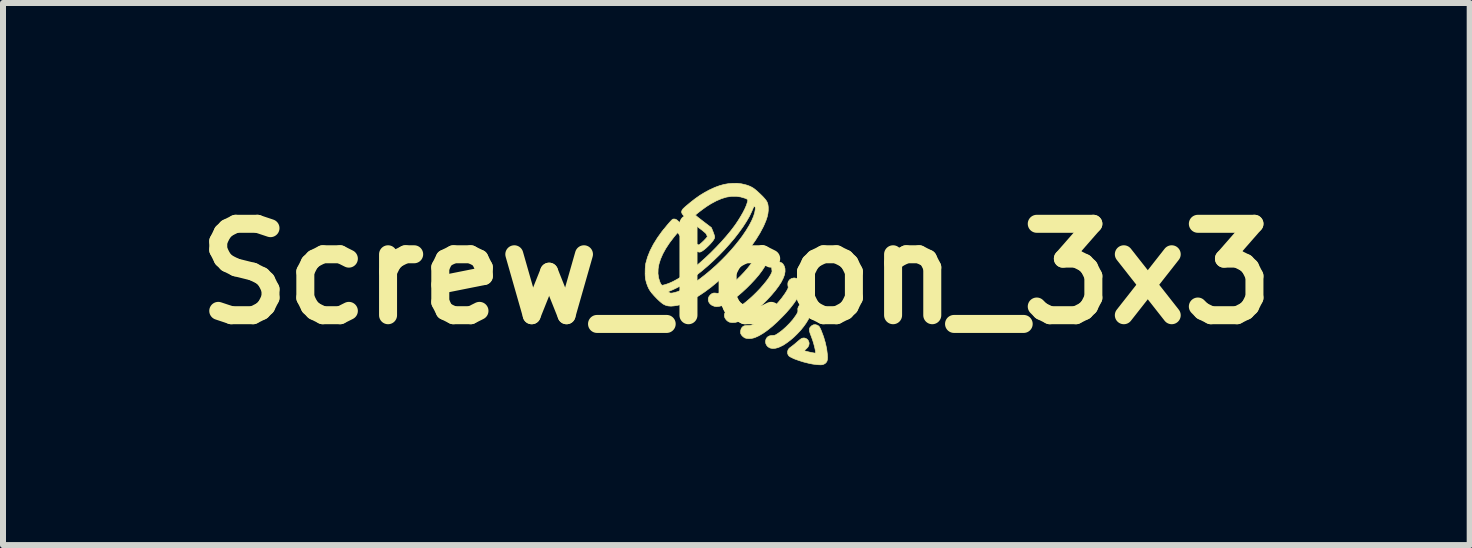
<source format=kicad_pcb>
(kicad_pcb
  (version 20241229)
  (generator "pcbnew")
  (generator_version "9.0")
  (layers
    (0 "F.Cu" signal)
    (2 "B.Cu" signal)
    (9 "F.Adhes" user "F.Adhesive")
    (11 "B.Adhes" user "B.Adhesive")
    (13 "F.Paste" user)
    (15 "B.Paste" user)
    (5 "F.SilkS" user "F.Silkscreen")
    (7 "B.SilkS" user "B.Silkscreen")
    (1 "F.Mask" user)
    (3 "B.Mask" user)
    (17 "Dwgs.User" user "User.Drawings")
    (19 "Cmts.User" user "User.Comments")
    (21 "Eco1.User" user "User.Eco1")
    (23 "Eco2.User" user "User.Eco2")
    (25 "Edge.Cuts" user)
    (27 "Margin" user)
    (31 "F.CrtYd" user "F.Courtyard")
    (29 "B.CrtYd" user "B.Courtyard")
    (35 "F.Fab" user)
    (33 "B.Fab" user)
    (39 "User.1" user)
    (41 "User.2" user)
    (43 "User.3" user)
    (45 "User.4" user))
  (footprint "Screw_Icon_3x3"
    (layer "F.Cu")
    (at 9.224 1.515)
    (property "Reference" "Screw_Icon_3x3" (at 0 0 0) (layer "F.SilkS") (effects (font (size 1.524 1.524) (thickness 0.3))))
    (attr through_hole)
    (fp_poly (pts (xy 1.156 0.493) (xy 1.187 0.506) (xy 1.213 0.529) (xy 1.231 0.558) (xy 1.241 0.595) (xy 1.242 0.635) (xy 1.238 0.66) (xy 1.223 0.71) (xy 1.197 0.764) (xy 1.162 0.821) (xy 1.12 0.88) (xy 1.072 0.939) (xy 1.019 0.996) (xy 0.963 1.051) (xy 0.905 1.101) (xy 0.846 1.146) (xy 0.788 1.185) (xy 0.731 1.214) (xy 0.692 1.23) (xy 0.647 1.241) (xy 0.604 1.244) (xy 0.567 1.237) (xy 0.555 1.233) (xy 0.524 1.213) (xy 0.502 1.186) (xy 0.489 1.155) (xy 0.486 1.122) (xy 0.494 1.089) (xy 0.509 1.064) (xy 0.529 1.045) (xy 0.555 1.033) (xy 0.589 1.027) (xy 0.602 1.027) (xy 0.623 1.025) (xy 0.639 1.023) (xy 0.654 1.017) (xy 0.672 1.007) (xy 0.696 0.991) (xy 0.699 0.989) (xy 0.763 0.942) (xy 0.826 0.886) (xy 0.887 0.825) (xy 0.943 0.761) (xy 0.99 0.696) (xy 1.006 0.671) (xy 1.018 0.649) (xy 1.024 0.633) (xy 1.026 0.617) (xy 1.025 0.604) (xy 1.024 0.58) (xy 1.031 0.558) (xy 1.036 0.546) (xy 1.055 0.518) (xy 1.078 0.501) (xy 1.108 0.492) (xy 1.12 0.49) (xy 1.156 0.493)) (stroke (width 0.01) (type solid)) (fill yes) (layer "F.SilkS"))
    (fp_poly (pts (xy 0.451 -0.467) (xy 0.479 -0.455) (xy 0.508 -0.432) (xy 0.529 -0.4) (xy 0.542 -0.361) (xy 0.544 -0.34) (xy 0.542 -0.294) (xy 0.53 -0.242) (xy 0.506 -0.184) (xy 0.473 -0.122) (xy 0.429 -0.055) (xy 0.376 0.016) (xy 0.313 0.09) (xy 0.241 0.167) (xy 0.17 0.238) (xy 0.092 0.31) (xy 0.018 0.373) (xy -0.053 0.427) (xy -0.119 0.47) (xy -0.181 0.505) (xy -0.237 0.529) (xy -0.289 0.542) (xy -0.334 0.546) (xy -0.368 0.54) (xy -0.407 0.524) (xy -0.437 0.501) (xy -0.457 0.473) (xy -0.468 0.443) (xy -0.468 0.411) (xy -0.457 0.38) (xy -0.436 0.352) (xy -0.407 0.329) (xy -0.376 0.319) (xy -0.341 0.321) (xy -0.334 0.322) (xy -0.32 0.325) (xy -0.308 0.325) (xy -0.294 0.321) (xy -0.274 0.312) (xy -0.264 0.306) (xy -0.216 0.278) (xy -0.163 0.241) (xy -0.106 0.196) (xy -0.047 0.146) (xy 0.013 0.09) (xy 0.073 0.032) (xy 0.13 -0.028) (xy 0.183 -0.088) (xy 0.23 -0.147) (xy 0.252 -0.177) (xy 0.272 -0.205) (xy 0.291 -0.234) (xy 0.306 -0.26) (xy 0.312 -0.271) (xy 0.322 -0.293) (xy 0.327 -0.307) (xy 0.328 -0.319) (xy 0.324 -0.332) (xy 0.324 -0.334) (xy 0.319 -0.367) (xy 0.324 -0.397) (xy 0.339 -0.424) (xy 0.361 -0.446) (xy 0.388 -0.462) (xy 0.419 -0.469) (xy 0.451 -0.467)) (stroke (width 0.01) (type solid)) (fill yes) (layer "F.SilkS"))
    (fp_poly (pts (xy 0.71 -0.201) (xy 0.735 -0.193) (xy 0.76 -0.181) (xy 0.777 -0.165) (xy 0.792 -0.141) (xy 0.798 -0.13) (xy 0.811 -0.087) (xy 0.812 -0.039) (xy 0.803 0.014) (xy 0.781 0.072) (xy 0.749 0.136) (xy 0.705 0.204) (xy 0.65 0.278) (xy 0.584 0.356) (xy 0.507 0.439) (xy 0.473 0.473) (xy 0.389 0.553) (xy 0.31 0.623) (xy 0.235 0.682) (xy 0.164 0.73) (xy 0.098 0.767) (xy 0.038 0.794) (xy -0.018 0.809) (xy -0.068 0.812) (xy -0.113 0.805) (xy -0.114 0.805) (xy -0.139 0.792) (xy -0.164 0.771) (xy -0.184 0.745) (xy -0.196 0.72) (xy -0.196 0.719) (xy -0.2 0.685) (xy -0.192 0.653) (xy -0.176 0.625) (xy -0.152 0.604) (xy -0.122 0.591) (xy -0.088 0.587) (xy -0.063 0.591) (xy -0.047 0.594) (xy -0.033 0.593) (xy -0.016 0.586) (xy -0.005 0.58) (xy 0.046 0.551) (xy 0.102 0.513) (xy 0.161 0.467) (xy 0.222 0.415) (xy 0.283 0.359) (xy 0.344 0.299) (xy 0.401 0.239) (xy 0.454 0.178) (xy 0.502 0.119) (xy 0.542 0.064) (xy 0.573 0.013) (xy 0.578 0.002) (xy 0.589 -0.02) (xy 0.594 -0.035) (xy 0.595 -0.049) (xy 0.592 -0.066) (xy 0.592 -0.066) (xy 0.589 -0.104) (xy 0.598 -0.138) (xy 0.617 -0.167) (xy 0.645 -0.188) (xy 0.65 -0.191) (xy 0.681 -0.201) (xy 0.71 -0.201)) (stroke (width 0.01) (type solid)) (fill yes) (layer "F.SilkS"))
    (fp_poly (pts (xy 1 0.074) (xy 1.03 0.089) (xy 1.054 0.115) (xy 1.074 0.153) (xy 1.083 0.197) (xy 1.08 0.247) (xy 1.066 0.301) (xy 1.041 0.361) (xy 1.004 0.426) (xy 0.956 0.496) (xy 0.897 0.572) (xy 0.827 0.652) (xy 0.762 0.72) (xy 0.678 0.803) (xy 0.597 0.876) (xy 0.52 0.938) (xy 0.448 0.989) (xy 0.381 1.029) (xy 0.318 1.058) (xy 0.293 1.067) (xy 0.253 1.076) (xy 0.211 1.079) (xy 0.173 1.076) (xy 0.143 1.068) (xy 0.12 1.053) (xy 0.098 1.034) (xy 0.081 1.012) (xy 0.072 0.993) (xy 0.07 0.969) (xy 0.073 0.942) (xy 0.08 0.917) (xy 0.087 0.903) (xy 0.104 0.883) (xy 0.121 0.871) (xy 0.142 0.864) (xy 0.17 0.861) (xy 0.189 0.86) (xy 0.217 0.86) (xy 0.237 0.858) (xy 0.254 0.853) (xy 0.271 0.845) (xy 0.283 0.839) (xy 0.338 0.804) (xy 0.398 0.761) (xy 0.461 0.71) (xy 0.525 0.653) (xy 0.588 0.592) (xy 0.65 0.528) (xy 0.707 0.464) (xy 0.759 0.401) (xy 0.803 0.34) (xy 0.814 0.324) (xy 0.837 0.287) (xy 0.853 0.259) (xy 0.862 0.238) (xy 0.865 0.222) (xy 0.863 0.213) (xy 0.859 0.191) (xy 0.858 0.165) (xy 0.862 0.14) (xy 0.866 0.128) (xy 0.888 0.098) (xy 0.918 0.078) (xy 0.954 0.069) (xy 0.965 0.068) (xy 1 0.074)) (stroke (width 0.01) (type solid)) (fill yes) (layer "F.SilkS"))
    (fp_poly (pts (xy 1.349 0.855) (xy 1.352 0.857) (xy 1.366 0.865) (xy 1.377 0.874) (xy 1.387 0.887) (xy 1.397 0.906) (xy 1.41 0.934) (xy 1.418 0.953) (xy 1.454 1.048) (xy 1.483 1.147) (xy 1.505 1.246) (xy 1.517 1.341) (xy 1.52 1.389) (xy 1.518 1.426) (xy 1.511 1.455) (xy 1.497 1.477) (xy 1.478 1.495) (xy 1.457 1.506) (xy 1.442 1.512) (xy 1.424 1.515) (xy 1.402 1.516) (xy 1.373 1.515) (xy 1.335 1.512) (xy 1.321 1.51) (xy 1.274 1.504) (xy 1.222 1.494) (xy 1.168 1.481) (xy 1.113 1.467) (xy 1.06 1.45) (xy 1.01 1.433) (xy 0.964 1.416) (xy 0.926 1.398) (xy 0.895 1.382) (xy 0.875 1.367) (xy 0.871 1.362) (xy 0.856 1.334) (xy 0.853 1.302) (xy 0.86 1.273) (xy 0.868 1.258) (xy 0.878 1.244) (xy 0.895 1.229) (xy 0.92 1.211) (xy 0.946 1.191) (xy 0.977 1.166) (xy 1.007 1.14) (xy 1.021 1.128) (xy 1.045 1.108) (xy 1.067 1.09) (xy 1.086 1.078) (xy 1.096 1.073) (xy 1.128 1.068) (xy 1.157 1.075) (xy 1.183 1.091) (xy 1.201 1.115) (xy 1.212 1.146) (xy 1.213 1.163) (xy 1.208 1.191) (xy 1.194 1.219) (xy 1.168 1.248) (xy 1.158 1.256) (xy 1.13 1.281) (xy 1.179 1.294) (xy 1.211 1.302) (xy 1.244 1.309) (xy 1.274 1.315) (xy 1.298 1.319) (xy 1.313 1.321) (xy 1.318 1.318) (xy 1.32 1.309) (xy 1.319 1.291) (xy 1.318 1.287) (xy 1.312 1.253) (xy 1.302 1.21) (xy 1.289 1.162) (xy 1.274 1.112) (xy 1.257 1.065) (xy 1.246 1.035) (xy 1.23 0.993) (xy 1.22 0.959) (xy 1.217 0.933) (xy 1.219 0.912) (xy 1.227 0.895) (xy 1.229 0.891) (xy 1.256 0.864) (xy 1.285 0.849) (xy 1.316 0.846) (xy 1.349 0.855)) (stroke (width 0.01) (type solid)) (fill yes) (layer "F.SilkS"))
    (fp_poly (pts (xy 0.086 -1.501) (xy 0.158 -1.484) (xy 0.175 -1.479) (xy 0.212 -1.466) (xy 0.245 -1.451) (xy 0.277 -1.433) (xy 0.308 -1.411) (xy 0.343 -1.382) (xy 0.382 -1.346) (xy 0.401 -1.328) (xy 0.44 -1.29) (xy 0.47 -1.257) (xy 0.493 -1.229) (xy 0.509 -1.204) (xy 0.52 -1.179) (xy 0.527 -1.152) (xy 0.531 -1.122) (xy 0.532 -1.106) (xy 0.532 -1.055) (xy 0.526 -1.003) (xy 0.514 -0.95) (xy 0.495 -0.892) (xy 0.468 -0.827) (xy 0.45 -0.787) (xy 0.392 -0.678) (xy 0.322 -0.565) (xy 0.241 -0.45) (xy 0.147 -0.332) (xy 0.041 -0.211) (xy -0.077 -0.088) (xy -0.089 -0.076) (xy -0.201 0.032) (xy -0.312 0.131) (xy -0.421 0.221) (xy -0.529 0.301) (xy -0.633 0.37) (xy -0.734 0.429) (xy -0.831 0.476) (xy -0.879 0.496) (xy -0.932 0.513) (xy -0.986 0.526) (xy -1.04 0.534) (xy -1.089 0.538) (xy -1.132 0.535) (xy -1.153 0.531) (xy -1.179 0.523) (xy -1.202 0.513) (xy -1.226 0.499) (xy -1.252 0.479) (xy -1.282 0.453) (xy -1.318 0.419) (xy -1.323 0.414) (xy -1.369 0.366) (xy -1.406 0.324) (xy -1.426 0.298) (xy -1.13 0.298) (xy -1.13 0.302) (xy -1.126 0.306) (xy -1.113 0.315) (xy -1.105 0.319) (xy -1.087 0.321) (xy -1.06 0.318) (xy -1.025 0.31) (xy -0.984 0.298) (xy -0.981 0.297) (xy -0.914 0.271) (xy -0.841 0.235) (xy -0.763 0.19) (xy -0.681 0.136) (xy -0.597 0.075) (xy -0.511 0.008) (xy -0.424 -0.065) (xy -0.337 -0.142) (xy -0.252 -0.224) (xy -0.169 -0.308) (xy -0.089 -0.395) (xy -0.014 -0.483) (xy 0.057 -0.572) (xy 0.102 -0.633) (xy 0.163 -0.723) (xy 0.214 -0.807) (xy 0.255 -0.885) (xy 0.286 -0.957) (xy 0.306 -1.022) (xy 0.315 -1.073) (xy 0.317 -1.095) (xy 0.315 -1.109) (xy 0.309 -1.119) (xy 0.307 -1.12) (xy 0.303 -1.125) (xy 0.3 -1.128) (xy 0.297 -1.127) (xy 0.292 -1.122) (xy 0.287 -1.11) (xy 0.278 -1.091) (xy 0.266 -1.062) (xy 0.257 -1.041) (xy 0.218 -0.959) (xy 0.168 -0.873) (xy 0.109 -0.782) (xy 0.042 -0.689) (xy -0.032 -0.593) (xy -0.113 -0.498) (xy -0.199 -0.402) (xy -0.29 -0.308) (xy -0.384 -0.217) (xy -0.481 -0.129) (xy -0.579 -0.046) (xy -0.677 0.032) (xy -0.775 0.103) (xy -0.857 0.157) (xy -0.923 0.196) (xy -0.991 0.232) (xy -1.058 0.264) (xy -1.087 0.276) (xy -1.111 0.286) (xy -1.125 0.293) (xy -1.13 0.298) (xy -1.426 0.298) (xy -1.436 0.285) (xy -1.46 0.245) (xy -1.479 0.203) (xy -1.496 0.156) (xy -1.506 0.12) (xy -1.512 0.096) (xy -1.516 0.074) (xy -1.518 0.049) (xy -1.52 0.019) (xy -1.52 -0.005) (xy -1.306 -0.005) (xy -1.296 0.067) (xy -1.274 0.136) (xy -1.274 0.137) (xy -1.26 0.166) (xy -1.247 0.184) (xy -1.237 0.19) (xy -1.236 0.191) (xy -1.227 0.189) (xy -1.209 0.185) (xy -1.186 0.179) (xy -1.182 0.178) (xy -1.124 0.158) (xy -1.059 0.129) (xy -0.988 0.091) (xy -0.912 0.045) (xy -0.832 -0.009) (xy -0.749 -0.069) (xy -0.694 -0.112) (xy -0.608 -0.184) (xy -0.518 -0.265) (xy -0.427 -0.351) (xy -0.337 -0.442) (xy -0.25 -0.534) (xy -0.169 -0.626) (xy -0.096 -0.714) (xy -0.065 -0.754) (xy -0.015 -0.821) (xy 0.031 -0.89) (xy 0.073 -0.958) (xy 0.111 -1.024) (xy 0.142 -1.085) (xy 0.166 -1.14) (xy 0.174 -1.164) (xy 0.184 -1.195) (xy 0.19 -1.217) (xy 0.189 -1.232) (xy 0.182 -1.242) (xy 0.168 -1.251) (xy 0.147 -1.26) (xy 0.073 -1.282) (xy -0.003 -1.293) (xy -0.081 -1.292) (xy -0.162 -1.28) (xy -0.245 -1.255) (xy -0.332 -1.218) (xy -0.422 -1.17) (xy -0.479 -1.134) (xy -0.505 -1.117) (xy -0.534 -1.096) (xy -0.565 -1.074) (xy -0.595 -1.051) (xy -0.624 -1.029) (xy -0.649 -1.009) (xy -0.668 -0.993) (xy -0.679 -0.983) (xy -0.681 -0.98) (xy -0.677 -0.975) (xy -0.664 -0.963) (xy -0.644 -0.946) (xy -0.617 -0.925) (xy -0.585 -0.9) (xy -0.55 -0.873) (xy -0.416 -0.771) (xy -0.388 -0.702) (xy -0.377 -0.672) (xy -0.368 -0.646) (xy -0.363 -0.625) (xy -0.361 -0.614) (xy -0.365 -0.593) (xy -0.379 -0.567) (xy -0.402 -0.536) (xy -0.434 -0.499) (xy -0.463 -0.469) (xy -0.502 -0.432) (xy -0.538 -0.402) (xy -0.569 -0.38) (xy -0.595 -0.366) (xy -0.614 -0.362) (xy -0.627 -0.364) (xy -0.648 -0.371) (xy -0.675 -0.38) (xy -0.704 -0.391) (xy -0.732 -0.403) (xy -0.756 -0.413) (xy -0.773 -0.422) (xy -0.778 -0.426) (xy -0.785 -0.434) (xy -0.799 -0.451) (xy -0.817 -0.475) (xy -0.84 -0.505) (xy -0.865 -0.538) (xy -0.883 -0.561) (xy -0.908 -0.596) (xy -0.932 -0.627) (xy -0.951 -0.652) (xy -0.966 -0.672) (xy -0.976 -0.683) (xy -0.978 -0.686) (xy -0.984 -0.681) (xy -0.995 -0.668) (xy -1.011 -0.649) (xy -1.031 -0.625) (xy -1.04 -0.614) (xy -1.114 -0.517) (xy -1.176 -0.423) (xy -1.226 -0.332) (xy -1.264 -0.245) (xy -1.29 -0.162) (xy -1.304 -0.082) (xy -1.306 -0.005) (xy -1.52 -0.005) (xy -1.52 -0.019) (xy -1.52 -0.032) (xy -1.519 -0.086) (xy -1.516 -0.129) (xy -1.512 -0.164) (xy -1.509 -0.177) (xy -1.48 -0.28) (xy -1.438 -0.385) (xy -1.383 -0.492) (xy -1.316 -0.6) (xy -1.237 -0.71) (xy -1.215 -0.736) (xy -0.849 -0.736) (xy -0.848 -0.734) (xy -0.842 -0.726) (xy -0.83 -0.71) (xy -0.813 -0.687) (xy -0.792 -0.658) (xy -0.767 -0.626) (xy -0.756 -0.611) (xy -0.726 -0.571) (xy -0.702 -0.541) (xy -0.683 -0.519) (xy -0.667 -0.503) (xy -0.654 -0.493) (xy -0.642 -0.487) (xy -0.63 -0.484) (xy -0.625 -0.483) (xy -0.617 -0.487) (xy -0.603 -0.498) (xy -0.584 -0.514) (xy -0.569 -0.528) (xy -0.546 -0.549) (xy -0.525 -0.571) (xy -0.508 -0.589) (xy -0.502 -0.596) (xy -0.483 -0.62) (xy -0.494 -0.648) (xy -0.498 -0.658) (xy -0.504 -0.667) (xy -0.512 -0.678) (xy -0.526 -0.69) (xy -0.545 -0.706) (xy -0.57 -0.727) (xy -0.605 -0.753) (xy -0.622 -0.766) (xy -0.741 -0.856) (xy -0.797 -0.8) (xy -0.822 -0.774) (xy -0.838 -0.756) (xy -0.846 -0.744) (xy -0.849 -0.736) (xy -1.215 -0.736) (xy -1.155 -0.81) (xy -1.126 -0.844) (xy -1.103 -0.87) (xy -1.086 -0.888) (xy -1.073 -0.901) (xy -1.063 -0.909) (xy -1.055 -0.913) (xy -1.046 -0.914) (xy -1.037 -0.914) (xy -1.036 -0.914) (xy -1.021 -0.913) (xy -1.007 -0.908) (xy -0.99 -0.897) (xy -0.974 -0.883) (xy -0.956 -0.868) (xy -0.941 -0.856) (xy -0.933 -0.851) (xy -0.933 -0.851) (xy -0.927 -0.855) (xy -0.915 -0.867) (xy -0.9 -0.885) (xy -0.89 -0.896) (xy -0.85 -0.942) (xy -0.876 -0.968) (xy -0.898 -0.994) (xy -0.911 -1.017) (xy -0.913 -1.039) (xy -0.905 -1.061) (xy -0.887 -1.086) (xy -0.857 -1.114) (xy -0.853 -1.118) (xy -0.767 -1.19) (xy -0.686 -1.253) (xy -0.608 -1.308) (xy -0.531 -1.355) (xy -0.454 -1.397) (xy -0.441 -1.403) (xy -0.359 -1.441) (xy -0.283 -1.469) (xy -0.209 -1.49) (xy -0.136 -1.503) (xy -0.063 -1.509) (xy 0.014 -1.51) (xy 0.086 -1.501)) (stroke (width 0.01) (type solid)) (fill yes) (layer "F.SilkS")))
  (gr_rect
    (start -3 -3)
    (end 21.448 6.036)
    (stroke (width 0.1) (type default))
    (fill no)
    (layer "Edge.Cuts")))
</source>
